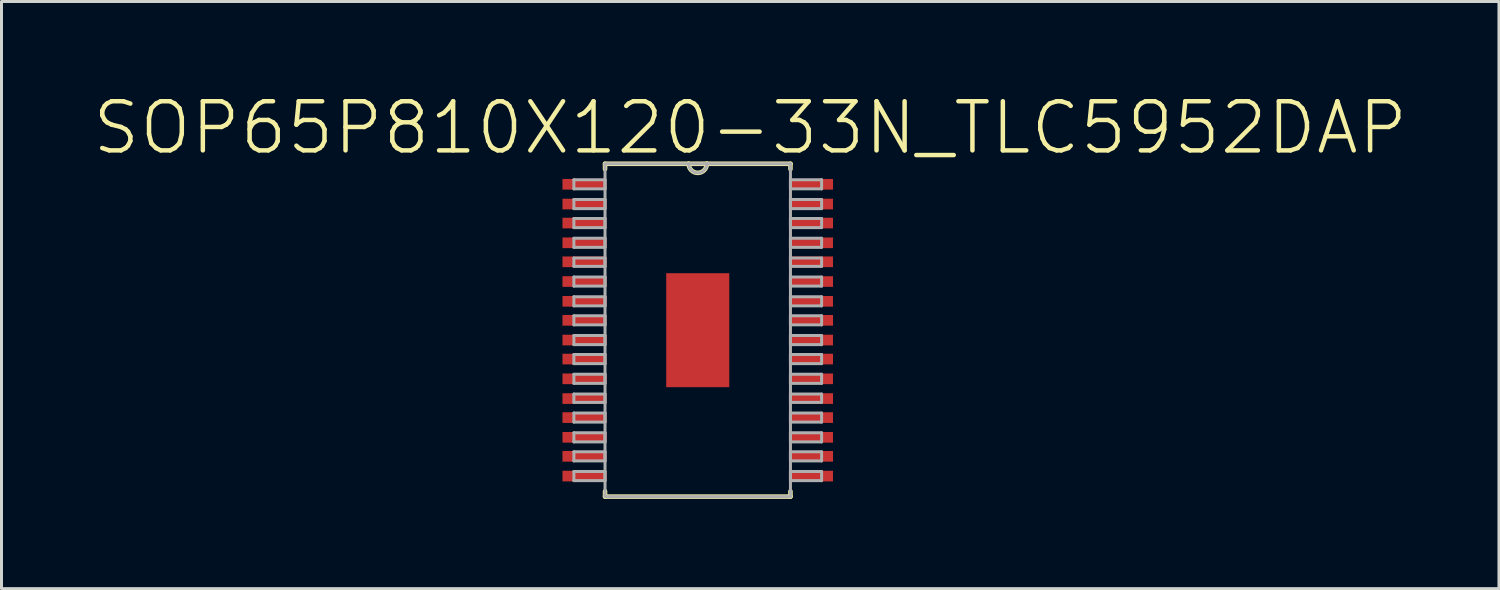
<source format=kicad_pcb>
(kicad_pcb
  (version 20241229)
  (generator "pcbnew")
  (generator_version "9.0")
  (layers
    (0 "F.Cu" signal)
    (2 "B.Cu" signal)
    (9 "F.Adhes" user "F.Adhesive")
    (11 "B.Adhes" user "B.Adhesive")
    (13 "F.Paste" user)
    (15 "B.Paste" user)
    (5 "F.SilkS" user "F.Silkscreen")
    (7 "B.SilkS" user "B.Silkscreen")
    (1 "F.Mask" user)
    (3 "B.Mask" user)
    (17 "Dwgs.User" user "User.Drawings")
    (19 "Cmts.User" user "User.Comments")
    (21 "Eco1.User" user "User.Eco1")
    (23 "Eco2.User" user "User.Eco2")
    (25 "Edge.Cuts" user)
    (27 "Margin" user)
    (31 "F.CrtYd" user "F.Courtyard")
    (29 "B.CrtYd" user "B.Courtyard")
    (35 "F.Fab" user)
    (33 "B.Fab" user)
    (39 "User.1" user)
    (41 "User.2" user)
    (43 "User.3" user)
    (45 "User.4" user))
  (footprint "SOP65P810X120-33N_TLC5952DAP"
    (layer "F.Cu")
    (at 20.273 7.987)
    (property "Reference" "SOP65P810X120-33N_TLC5952DAP" (at 1.754 -6.763 0) (layer "F.SilkS") (effects (font (size 1.642 1.642) (thickness 0.15))))
    (attr smd)
    (fp_line (start -3.099 -5.563) (end -3.099 -5.385) (stroke (width 0.152) (type solid)) (layer "F.SilkS"))
    (fp_line (start -3.099 5.385) (end -3.099 5.563) (stroke (width 0.152) (type solid)) (layer "F.SilkS"))
    (fp_line (start -3.099 5.563) (end 3.099 5.563) (stroke (width 0.152) (type solid)) (layer "F.SilkS"))
    (fp_line (start -0.305 -5.563) (end -3.099 -5.563) (stroke (width 0.152) (type solid)) (layer "F.SilkS"))
    (fp_line (start 0.305 -5.563) (end -0.305 -5.563) (stroke (width 0.152) (type solid)) (layer "F.SilkS"))
    (fp_line (start 3.099 -5.563) (end 0.305 -5.563) (stroke (width 0.152) (type solid)) (layer "F.SilkS"))
    (fp_line (start 3.099 -5.385) (end 3.099 -5.563) (stroke (width 0.152) (type solid)) (layer "F.SilkS"))
    (fp_line (start 3.099 5.563) (end 3.099 5.385) (stroke (width 0.152) (type solid)) (layer "F.SilkS"))
    (fp_arc (start 0.3048 -5.5626) (mid 0 -5.2578) (end -0.3048 -5.5626) (stroke (width 0.1524) (type solid)) (layer "F.SilkS"))
    (fp_line (start -4.14 -5.029) (end -4.14 -4.724) (stroke (width 0.1) (type solid)) (layer "F.Fab"))
    (fp_line (start -4.14 -4.724) (end -3.099 -4.724) (stroke (width 0.1) (type solid)) (layer "F.Fab"))
    (fp_line (start -4.14 -4.369) (end -4.14 -4.064) (stroke (width 0.1) (type solid)) (layer "F.Fab"))
    (fp_line (start -4.14 -4.064) (end -3.099 -4.064) (stroke (width 0.1) (type solid)) (layer "F.Fab"))
    (fp_line (start -4.14 -3.734) (end -4.14 -3.429) (stroke (width 0.1) (type solid)) (layer "F.Fab"))
    (fp_line (start -4.14 -3.429) (end -3.099 -3.429) (stroke (width 0.1) (type solid)) (layer "F.Fab"))
    (fp_line (start -4.14 -3.073) (end -4.14 -2.769) (stroke (width 0.1) (type solid)) (layer "F.Fab"))
    (fp_line (start -4.14 -2.769) (end -3.099 -2.769) (stroke (width 0.1) (type solid)) (layer "F.Fab"))
    (fp_line (start -4.14 -2.413) (end -4.14 -2.134) (stroke (width 0.1) (type solid)) (layer "F.Fab"))
    (fp_line (start -4.14 -2.134) (end -3.099 -2.134) (stroke (width 0.1) (type solid)) (layer "F.Fab"))
    (fp_line (start -4.14 -1.778) (end -4.14 -1.473) (stroke (width 0.1) (type solid)) (layer "F.Fab"))
    (fp_line (start -4.14 -1.473) (end -3.099 -1.473) (stroke (width 0.1) (type solid)) (layer "F.Fab"))
    (fp_line (start -4.14 -1.118) (end -4.14 -0.813) (stroke (width 0.1) (type solid)) (layer "F.Fab"))
    (fp_line (start -4.14 -0.813) (end -3.099 -0.813) (stroke (width 0.1) (type solid)) (layer "F.Fab"))
    (fp_line (start -4.14 -0.483) (end -4.14 -0.178) (stroke (width 0.1) (type solid)) (layer "F.Fab"))
    (fp_line (start -4.14 -0.178) (end -3.099 -0.178) (stroke (width 0.1) (type solid)) (layer "F.Fab"))
    (fp_line (start -4.14 0.178) (end -4.14 0.483) (stroke (width 0.1) (type solid)) (layer "F.Fab"))
    (fp_line (start -4.14 0.483) (end -3.099 0.483) (stroke (width 0.1) (type solid)) (layer "F.Fab"))
    (fp_line (start -4.14 0.813) (end -4.14 1.118) (stroke (width 0.1) (type solid)) (layer "F.Fab"))
    (fp_line (start -4.14 1.118) (end -3.099 1.118) (stroke (width 0.1) (type solid)) (layer "F.Fab"))
    (fp_line (start -4.14 1.473) (end -4.14 1.778) (stroke (width 0.1) (type solid)) (layer "F.Fab"))
    (fp_line (start -4.14 1.778) (end -3.099 1.778) (stroke (width 0.1) (type solid)) (layer "F.Fab"))
    (fp_line (start -4.14 2.134) (end -4.14 2.413) (stroke (width 0.1) (type solid)) (layer "F.Fab"))
    (fp_line (start -4.14 2.413) (end -3.099 2.413) (stroke (width 0.1) (type solid)) (layer "F.Fab"))
    (fp_line (start -4.14 2.769) (end -4.14 3.073) (stroke (width 0.1) (type solid)) (layer "F.Fab"))
    (fp_line (start -4.14 3.073) (end -3.099 3.073) (stroke (width 0.1) (type solid)) (layer "F.Fab"))
    (fp_line (start -4.14 3.429) (end -4.14 3.734) (stroke (width 0.1) (type solid)) (layer "F.Fab"))
    (fp_line (start -4.14 3.734) (end -3.099 3.734) (stroke (width 0.1) (type solid)) (layer "F.Fab"))
    (fp_line (start -4.14 4.064) (end -4.14 4.369) (stroke (width 0.1) (type solid)) (layer "F.Fab"))
    (fp_line (start -4.14 4.369) (end -3.099 4.369) (stroke (width 0.1) (type solid)) (layer "F.Fab"))
    (fp_line (start -4.14 4.724) (end -4.14 5.029) (stroke (width 0.1) (type solid)) (layer "F.Fab"))
    (fp_line (start -4.14 5.029) (end -3.099 5.029) (stroke (width 0.1) (type solid)) (layer "F.Fab"))
    (fp_line (start -3.099 -5.563) (end -3.099 5.563) (stroke (width 0.1) (type solid)) (layer "F.Fab"))
    (fp_line (start -3.099 -5.029) (end -4.14 -5.029) (stroke (width 0.1) (type solid)) (layer "F.Fab"))
    (fp_line (start -3.099 -4.724) (end -3.099 -5.029) (stroke (width 0.1) (type solid)) (layer "F.Fab"))
    (fp_line (start -3.099 -4.369) (end -4.14 -4.369) (stroke (width 0.1) (type solid)) (layer "F.Fab"))
    (fp_line (start -3.099 -4.064) (end -3.099 -4.369) (stroke (width 0.1) (type solid)) (layer "F.Fab"))
    (fp_line (start -3.099 -3.734) (end -4.14 -3.734) (stroke (width 0.1) (type solid)) (layer "F.Fab"))
    (fp_line (start -3.099 -3.429) (end -3.099 -3.734) (stroke (width 0.1) (type solid)) (layer "F.Fab"))
    (fp_line (start -3.099 -3.073) (end -4.14 -3.073) (stroke (width 0.1) (type solid)) (layer "F.Fab"))
    (fp_line (start -3.099 -2.769) (end -3.099 -3.073) (stroke (width 0.1) (type solid)) (layer "F.Fab"))
    (fp_line (start -3.099 -2.413) (end -4.14 -2.413) (stroke (width 0.1) (type solid)) (layer "F.Fab"))
    (fp_line (start -3.099 -2.134) (end -3.099 -2.413) (stroke (width 0.1) (type solid)) (layer "F.Fab"))
    (fp_line (start -3.099 -1.778) (end -4.14 -1.778) (stroke (width 0.1) (type solid)) (layer "F.Fab"))
    (fp_line (start -3.099 -1.473) (end -3.099 -1.778) (stroke (width 0.1) (type solid)) (layer "F.Fab"))
    (fp_line (start -3.099 -1.118) (end -4.14 -1.118) (stroke (width 0.1) (type solid)) (layer "F.Fab"))
    (fp_line (start -3.099 -0.813) (end -3.099 -1.118) (stroke (width 0.1) (type solid)) (layer "F.Fab"))
    (fp_line (start -3.099 -0.483) (end -4.14 -0.483) (stroke (width 0.1) (type solid)) (layer "F.Fab"))
    (fp_line (start -3.099 -0.178) (end -3.099 -0.483) (stroke (width 0.1) (type solid)) (layer "F.Fab"))
    (fp_line (start -3.099 0.178) (end -4.14 0.178) (stroke (width 0.1) (type solid)) (layer "F.Fab"))
    (fp_line (start -3.099 0.483) (end -3.099 0.178) (stroke (width 0.1) (type solid)) (layer "F.Fab"))
    (fp_line (start -3.099 0.813) (end -4.14 0.813) (stroke (width 0.1) (type solid)) (layer "F.Fab"))
    (fp_line (start -3.099 1.118) (end -3.099 0.813) (stroke (width 0.1) (type solid)) (layer "F.Fab"))
    (fp_line (start -3.099 1.473) (end -4.14 1.473) (stroke (width 0.1) (type solid)) (layer "F.Fab"))
    (fp_line (start -3.099 1.778) (end -3.099 1.473) (stroke (width 0.1) (type solid)) (layer "F.Fab"))
    (fp_line (start -3.099 2.134) (end -4.14 2.134) (stroke (width 0.1) (type solid)) (layer "F.Fab"))
    (fp_line (start -3.099 2.413) (end -3.099 2.134) (stroke (width 0.1) (type solid)) (layer "F.Fab"))
    (fp_line (start -3.099 2.769) (end -4.14 2.769) (stroke (width 0.1) (type solid)) (layer "F.Fab"))
    (fp_line (start -3.099 3.073) (end -3.099 2.769) (stroke (width 0.1) (type solid)) (layer "F.Fab"))
    (fp_line (start -3.099 3.429) (end -4.14 3.429) (stroke (width 0.1) (type solid)) (layer "F.Fab"))
    (fp_line (start -3.099 3.734) (end -3.099 3.429) (stroke (width 0.1) (type solid)) (layer "F.Fab"))
    (fp_line (start -3.099 4.064) (end -4.14 4.064) (stroke (width 0.1) (type solid)) (layer "F.Fab"))
    (fp_line (start -3.099 4.369) (end -3.099 4.064) (stroke (width 0.1) (type solid)) (layer "F.Fab"))
    (fp_line (start -3.099 4.724) (end -4.14 4.724) (stroke (width 0.1) (type solid)) (layer "F.Fab"))
    (fp_line (start -3.099 5.029) (end -3.099 4.724) (stroke (width 0.1) (type solid)) (layer "F.Fab"))
    (fp_line (start -3.099 5.563) (end 3.099 5.563) (stroke (width 0.1) (type solid)) (layer "F.Fab"))
    (fp_line (start -0.305 -5.563) (end -3.099 -5.563) (stroke (width 0.1) (type solid)) (layer "F.Fab"))
    (fp_line (start 0.305 -5.563) (end -0.305 -5.563) (stroke (width 0.1) (type solid)) (layer "F.Fab"))
    (fp_line (start 3.099 -5.563) (end 0.305 -5.563) (stroke (width 0.1) (type solid)) (layer "F.Fab"))
    (fp_line (start 3.099 -5.029) (end 3.099 -4.724) (stroke (width 0.1) (type solid)) (layer "F.Fab"))
    (fp_line (start 3.099 -4.724) (end 4.14 -4.724) (stroke (width 0.1) (type solid)) (layer "F.Fab"))
    (fp_line (start 3.099 -4.369) (end 3.099 -4.064) (stroke (width 0.1) (type solid)) (layer "F.Fab"))
    (fp_line (start 3.099 -4.064) (end 4.14 -4.064) (stroke (width 0.1) (type solid)) (layer "F.Fab"))
    (fp_line (start 3.099 -3.734) (end 3.099 -3.429) (stroke (width 0.1) (type solid)) (layer "F.Fab"))
    (fp_line (start 3.099 -3.429) (end 4.14 -3.429) (stroke (width 0.1) (type solid)) (layer "F.Fab"))
    (fp_line (start 3.099 -3.073) (end 3.099 -2.769) (stroke (width 0.1) (type solid)) (layer "F.Fab"))
    (fp_line (start 3.099 -2.769) (end 4.14 -2.769) (stroke (width 0.1) (type solid)) (layer "F.Fab"))
    (fp_line (start 3.099 -2.413) (end 3.099 -2.134) (stroke (width 0.1) (type solid)) (layer "F.Fab"))
    (fp_line (start 3.099 -2.134) (end 4.14 -2.134) (stroke (width 0.1) (type solid)) (layer "F.Fab"))
    (fp_line (start 3.099 -1.778) (end 3.099 -1.473) (stroke (width 0.1) (type solid)) (layer "F.Fab"))
    (fp_line (start 3.099 -1.473) (end 4.14 -1.473) (stroke (width 0.1) (type solid)) (layer "F.Fab"))
    (fp_line (start 3.099 -1.118) (end 3.099 -0.813) (stroke (width 0.1) (type solid)) (layer "F.Fab"))
    (fp_line (start 3.099 -0.813) (end 4.14 -0.813) (stroke (width 0.1) (type solid)) (layer "F.Fab"))
    (fp_line (start 3.099 -0.483) (end 3.099 -0.178) (stroke (width 0.1) (type solid)) (layer "F.Fab"))
    (fp_line (start 3.099 -0.178) (end 4.14 -0.178) (stroke (width 0.1) (type solid)) (layer "F.Fab"))
    (fp_line (start 3.099 0.178) (end 3.099 0.483) (stroke (width 0.1) (type solid)) (layer "F.Fab"))
    (fp_line (start 3.099 0.483) (end 4.14 0.483) (stroke (width 0.1) (type solid)) (layer "F.Fab"))
    (fp_line (start 3.099 0.813) (end 3.099 1.118) (stroke (width 0.1) (type solid)) (layer "F.Fab"))
    (fp_line (start 3.099 1.118) (end 4.14 1.118) (stroke (width 0.1) (type solid)) (layer "F.Fab"))
    (fp_line (start 3.099 1.473) (end 3.099 1.778) (stroke (width 0.1) (type solid)) (layer "F.Fab"))
    (fp_line (start 3.099 1.778) (end 4.14 1.778) (stroke (width 0.1) (type solid)) (layer "F.Fab"))
    (fp_line (start 3.099 2.134) (end 3.099 2.413) (stroke (width 0.1) (type solid)) (layer "F.Fab"))
    (fp_line (start 3.099 2.413) (end 4.14 2.413) (stroke (width 0.1) (type solid)) (layer "F.Fab"))
    (fp_line (start 3.099 2.769) (end 3.099 3.073) (stroke (width 0.1) (type solid)) (layer "F.Fab"))
    (fp_line (start 3.099 3.073) (end 4.14 3.073) (stroke (width 0.1) (type solid)) (layer "F.Fab"))
    (fp_line (start 3.099 3.429) (end 3.099 3.734) (stroke (width 0.1) (type solid)) (layer "F.Fab"))
    (fp_line (start 3.099 3.734) (end 4.14 3.734) (stroke (width 0.1) (type solid)) (layer "F.Fab"))
    (fp_line (start 3.099 4.064) (end 3.099 4.369) (stroke (width 0.1) (type solid)) (layer "F.Fab"))
    (fp_line (start 3.099 4.369) (end 4.14 4.369) (stroke (width 0.1) (type solid)) (layer "F.Fab"))
    (fp_line (start 3.099 4.724) (end 3.099 5.029) (stroke (width 0.1) (type solid)) (layer "F.Fab"))
    (fp_line (start 3.099 5.029) (end 4.14 5.029) (stroke (width 0.1) (type solid)) (layer "F.Fab"))
    (fp_line (start 3.099 5.563) (end 3.099 -5.563) (stroke (width 0.1) (type solid)) (layer "F.Fab"))
    (fp_line (start 4.14 -5.029) (end 3.099 -5.029) (stroke (width 0.1) (type solid)) (layer "F.Fab"))
    (fp_line (start 4.14 -4.724) (end 4.14 -5.029) (stroke (width 0.1) (type solid)) (layer "F.Fab"))
    (fp_line (start 4.14 -4.369) (end 3.099 -4.369) (stroke (width 0.1) (type solid)) (layer "F.Fab"))
    (fp_line (start 4.14 -4.064) (end 4.14 -4.369) (stroke (width 0.1) (type solid)) (layer "F.Fab"))
    (fp_line (start 4.14 -3.734) (end 3.099 -3.734) (stroke (width 0.1) (type solid)) (layer "F.Fab"))
    (fp_line (start 4.14 -3.429) (end 4.14 -3.734) (stroke (width 0.1) (type solid)) (layer "F.Fab"))
    (fp_line (start 4.14 -3.073) (end 3.099 -3.073) (stroke (width 0.1) (type solid)) (layer "F.Fab"))
    (fp_line (start 4.14 -2.769) (end 4.14 -3.073) (stroke (width 0.1) (type solid)) (layer "F.Fab"))
    (fp_line (start 4.14 -2.413) (end 3.099 -2.413) (stroke (width 0.1) (type solid)) (layer "F.Fab"))
    (fp_line (start 4.14 -2.134) (end 4.14 -2.413) (stroke (width 0.1) (type solid)) (layer "F.Fab"))
    (fp_line (start 4.14 -1.778) (end 3.099 -1.778) (stroke (width 0.1) (type solid)) (layer "F.Fab"))
    (fp_line (start 4.14 -1.473) (end 4.14 -1.778) (stroke (width 0.1) (type solid)) (layer "F.Fab"))
    (fp_line (start 4.14 -1.118) (end 3.099 -1.118) (stroke (width 0.1) (type solid)) (layer "F.Fab"))
    (fp_line (start 4.14 -0.813) (end 4.14 -1.118) (stroke (width 0.1) (type solid)) (layer "F.Fab"))
    (fp_line (start 4.14 -0.483) (end 3.099 -0.483) (stroke (width 0.1) (type solid)) (layer "F.Fab"))
    (fp_line (start 4.14 -0.178) (end 4.14 -0.483) (stroke (width 0.1) (type solid)) (layer "F.Fab"))
    (fp_line (start 4.14 0.178) (end 3.099 0.178) (stroke (width 0.1) (type solid)) (layer "F.Fab"))
    (fp_line (start 4.14 0.483) (end 4.14 0.178) (stroke (width 0.1) (type solid)) (layer "F.Fab"))
    (fp_line (start 4.14 0.813) (end 3.099 0.813) (stroke (width 0.1) (type solid)) (layer "F.Fab"))
    (fp_line (start 4.14 1.118) (end 4.14 0.813) (stroke (width 0.1) (type solid)) (layer "F.Fab"))
    (fp_line (start 4.14 1.473) (end 3.099 1.473) (stroke (width 0.1) (type solid)) (layer "F.Fab"))
    (fp_line (start 4.14 1.778) (end 4.14 1.473) (stroke (width 0.1) (type solid)) (layer "F.Fab"))
    (fp_line (start 4.14 2.134) (end 3.099 2.134) (stroke (width 0.1) (type solid)) (layer "F.Fab"))
    (fp_line (start 4.14 2.413) (end 4.14 2.134) (stroke (width 0.1) (type solid)) (layer "F.Fab"))
    (fp_line (start 4.14 2.769) (end 3.099 2.769) (stroke (width 0.1) (type solid)) (layer "F.Fab"))
    (fp_line (start 4.14 3.073) (end 4.14 2.769) (stroke (width 0.1) (type solid)) (layer "F.Fab"))
    (fp_line (start 4.14 3.429) (end 3.099 3.429) (stroke (width 0.1) (type solid)) (layer "F.Fab"))
    (fp_line (start 4.14 3.734) (end 4.14 3.429) (stroke (width 0.1) (type solid)) (layer "F.Fab"))
    (fp_line (start 4.14 4.064) (end 3.099 4.064) (stroke (width 0.1) (type solid)) (layer "F.Fab"))
    (fp_line (start 4.14 4.369) (end 4.14 4.064) (stroke (width 0.1) (type solid)) (layer "F.Fab"))
    (fp_line (start 4.14 4.724) (end 3.099 4.724) (stroke (width 0.1) (type solid)) (layer "F.Fab"))
    (fp_line (start 4.14 5.029) (end 4.14 4.724) (stroke (width 0.1) (type solid)) (layer "F.Fab"))
    (fp_arc (start 0.3048 -5.5626) (mid 0 -5.2578) (end -0.3048 -5.5626) (stroke (width 0.1) (type solid)) (layer "F.Fab"))
    (pad "1" smd rect (at -3.785 -4.877) (size 1.473 0.356) (layers "F.Cu" "F.Mask" "F.Paste"))
    (pad "2" smd rect (at -3.785 -4.216) (size 1.473 0.356) (layers "F.Cu" "F.Mask" "F.Paste"))
    (pad "3" smd rect (at -3.785 -3.581) (size 1.473 0.356) (layers "F.Cu" "F.Mask" "F.Paste"))
    (pad "4" smd rect (at -3.785 -2.921) (size 1.473 0.356) (layers "F.Cu" "F.Mask" "F.Paste"))
    (pad "5" smd rect (at -3.785 -2.286) (size 1.473 0.356) (layers "F.Cu" "F.Mask" "F.Paste"))
    (pad "6" smd rect (at -3.785 -1.626) (size 1.473 0.356) (layers "F.Cu" "F.Mask" "F.Paste"))
    (pad "7" smd rect (at -3.785 -0.965) (size 1.473 0.356) (layers "F.Cu" "F.Mask" "F.Paste"))
    (pad "8" smd rect (at -3.785 -0.33) (size 1.473 0.356) (layers "F.Cu" "F.Mask" "F.Paste"))
    (pad "9" smd rect (at -3.785 0.33) (size 1.473 0.356) (layers "F.Cu" "F.Mask" "F.Paste"))
    (pad "10" smd rect (at -3.785 0.965) (size 1.473 0.356) (layers "F.Cu" "F.Mask" "F.Paste"))
    (pad "11" smd rect (at -3.785 1.626) (size 1.473 0.356) (layers "F.Cu" "F.Mask" "F.Paste"))
    (pad "12" smd rect (at -3.785 2.286) (size 1.473 0.356) (layers "F.Cu" "F.Mask" "F.Paste"))
    (pad "13" smd rect (at -3.785 2.921) (size 1.473 0.356) (layers "F.Cu" "F.Mask" "F.Paste"))
    (pad "14" smd rect (at -3.785 3.581) (size 1.473 0.356) (layers "F.Cu" "F.Mask" "F.Paste"))
    (pad "15" smd rect (at -3.785 4.216) (size 1.473 0.356) (layers "F.Cu" "F.Mask" "F.Paste"))
    (pad "16" smd rect (at -3.785 4.877) (size 1.473 0.356) (layers "F.Cu" "F.Mask" "F.Paste"))
    (pad "17" smd rect (at 3.785 4.877) (size 1.473 0.356) (layers "F.Cu" "F.Mask" "F.Paste"))
    (pad "18" smd rect (at 3.785 4.216) (size 1.473 0.356) (layers "F.Cu" "F.Mask" "F.Paste"))
    (pad "19" smd rect (at 3.785 3.581) (size 1.473 0.356) (layers "F.Cu" "F.Mask" "F.Paste"))
    (pad "20" smd rect (at 3.785 2.921) (size 1.473 0.356) (layers "F.Cu" "F.Mask" "F.Paste"))
    (pad "21" smd rect (at 3.785 2.286) (size 1.473 0.356) (layers "F.Cu" "F.Mask" "F.Paste"))
    (pad "22" smd rect (at 3.785 1.626) (size 1.473 0.356) (layers "F.Cu" "F.Mask" "F.Paste"))
    (pad "23" smd rect (at 3.785 0.965) (size 1.473 0.356) (layers "F.Cu" "F.Mask" "F.Paste"))
    (pad "24" smd rect (at 3.785 0.33) (size 1.473 0.356) (layers "F.Cu" "F.Mask" "F.Paste"))
    (pad "25" smd rect (at 3.785 -0.33) (size 1.473 0.356) (layers "F.Cu" "F.Mask" "F.Paste"))
    (pad "26" smd rect (at 3.785 -0.965) (size 1.473 0.356) (layers "F.Cu" "F.Mask" "F.Paste"))
    (pad "27" smd rect (at 3.785 -1.626) (size 1.473 0.356) (layers "F.Cu" "F.Mask" "F.Paste"))
    (pad "28" smd rect (at 3.785 -2.286) (size 1.473 0.356) (layers "F.Cu" "F.Mask" "F.Paste"))
    (pad "29" smd rect (at 3.785 -2.921) (size 1.473 0.356) (layers "F.Cu" "F.Mask" "F.Paste"))
    (pad "30" smd rect (at 3.785 -3.581) (size 1.473 0.356) (layers "F.Cu" "F.Mask" "F.Paste"))
    (pad "31" smd rect (at 3.785 -4.216) (size 1.473 0.356) (layers "F.Cu" "F.Mask" "F.Paste"))
    (pad "32" smd rect (at 3.785 -4.877) (size 1.473 0.356) (layers "F.Cu" "F.Mask" "F.Paste"))
    (pad "33" smd rect (at 0 0) (size 2.108 3.81) (layers "F.Cu" "F.Mask" "F.Paste")))
  (gr_rect
    (start -3 -3)
    (end 47.055 16.626)
    (stroke (width 0.1) (type default))
    (fill no)
    (layer "Edge.Cuts")))
</source>
